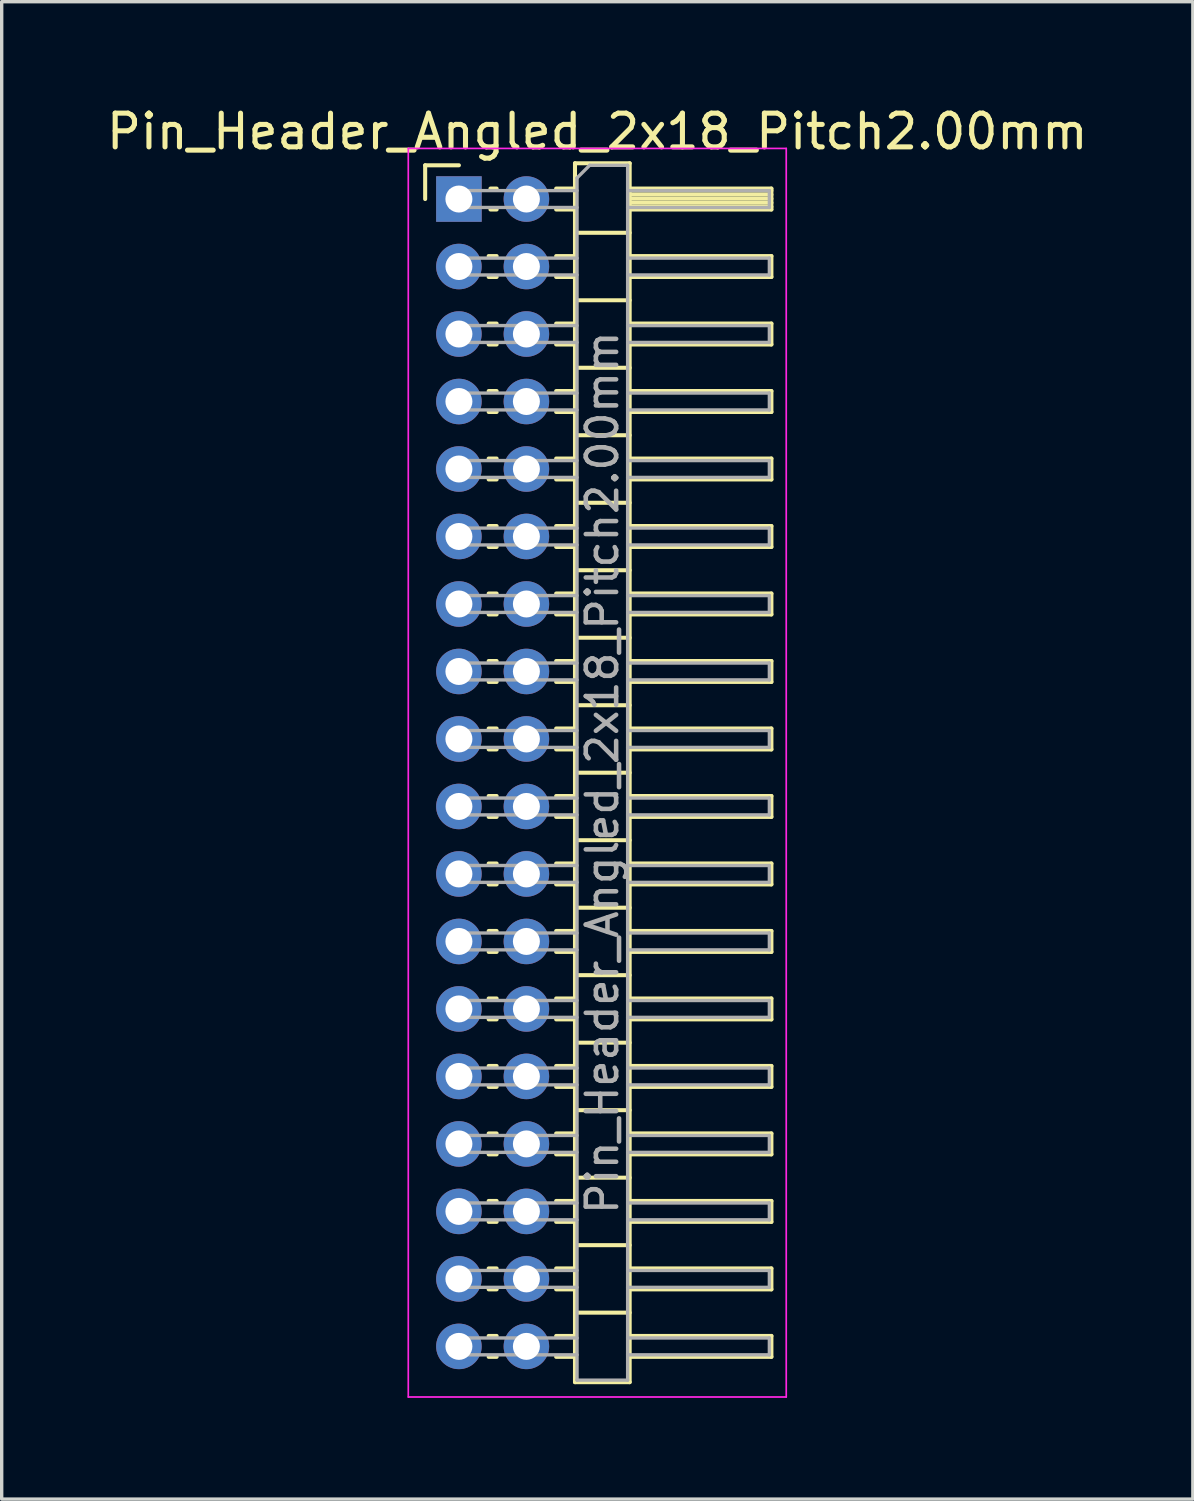
<source format=kicad_pcb>
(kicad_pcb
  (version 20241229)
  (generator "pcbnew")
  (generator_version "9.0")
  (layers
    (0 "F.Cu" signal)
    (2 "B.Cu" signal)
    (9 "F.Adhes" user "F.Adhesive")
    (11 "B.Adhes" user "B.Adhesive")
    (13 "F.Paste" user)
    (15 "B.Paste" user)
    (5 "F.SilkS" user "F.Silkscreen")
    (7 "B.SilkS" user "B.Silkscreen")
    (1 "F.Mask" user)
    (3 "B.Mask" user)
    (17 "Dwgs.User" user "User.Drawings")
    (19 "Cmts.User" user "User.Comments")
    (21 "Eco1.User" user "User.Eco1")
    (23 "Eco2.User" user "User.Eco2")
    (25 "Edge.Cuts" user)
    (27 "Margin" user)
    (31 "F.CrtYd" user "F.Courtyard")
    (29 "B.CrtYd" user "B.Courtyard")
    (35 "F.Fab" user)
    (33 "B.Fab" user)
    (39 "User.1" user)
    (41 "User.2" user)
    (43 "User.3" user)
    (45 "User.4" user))
  (footprint "Pin_Header_Angled_2x18_Pitch2.00mm"
    (layer "F.Cu")
    (at 10.549 2.848)
    (property "Reference" "Pin_Header_Angled_2x18_Pitch2.00mm" (at 4.1 -2 0) (layer "F.SilkS") (effects (font (size 1 1) (thickness 0.15))))
    (attr through_hole)
    (fp_line (start -1 -1) (end 0 -1) (stroke (width 0.12) (type solid)) (layer "F.SilkS"))
    (fp_line (start -1 0) (end -1 -1) (stroke (width 0.12) (type solid)) (layer "F.SilkS"))
    (fp_line (start 0.882 1.69) (end 1.118 1.69) (stroke (width 0.12) (type solid)) (layer "F.SilkS"))
    (fp_line (start 0.882 2.31) (end 1.118 2.31) (stroke (width 0.12) (type solid)) (layer "F.SilkS"))
    (fp_line (start 0.882 3.69) (end 1.118 3.69) (stroke (width 0.12) (type solid)) (layer "F.SilkS"))
    (fp_line (start 0.882 4.31) (end 1.118 4.31) (stroke (width 0.12) (type solid)) (layer "F.SilkS"))
    (fp_line (start 0.882 5.69) (end 1.118 5.69) (stroke (width 0.12) (type solid)) (layer "F.SilkS"))
    (fp_line (start 0.882 6.31) (end 1.118 6.31) (stroke (width 0.12) (type solid)) (layer "F.SilkS"))
    (fp_line (start 0.882 7.69) (end 1.118 7.69) (stroke (width 0.12) (type solid)) (layer "F.SilkS"))
    (fp_line (start 0.882 8.31) (end 1.118 8.31) (stroke (width 0.12) (type solid)) (layer "F.SilkS"))
    (fp_line (start 0.882 9.69) (end 1.118 9.69) (stroke (width 0.12) (type solid)) (layer "F.SilkS"))
    (fp_line (start 0.882 10.31) (end 1.118 10.31) (stroke (width 0.12) (type solid)) (layer "F.SilkS"))
    (fp_line (start 0.882 11.69) (end 1.118 11.69) (stroke (width 0.12) (type solid)) (layer "F.SilkS"))
    (fp_line (start 0.882 12.31) (end 1.118 12.31) (stroke (width 0.12) (type solid)) (layer "F.SilkS"))
    (fp_line (start 0.882 13.69) (end 1.118 13.69) (stroke (width 0.12) (type solid)) (layer "F.SilkS"))
    (fp_line (start 0.882 14.31) (end 1.118 14.31) (stroke (width 0.12) (type solid)) (layer "F.SilkS"))
    (fp_line (start 0.882 15.69) (end 1.118 15.69) (stroke (width 0.12) (type solid)) (layer "F.SilkS"))
    (fp_line (start 0.882 16.31) (end 1.118 16.31) (stroke (width 0.12) (type solid)) (layer "F.SilkS"))
    (fp_line (start 0.882 17.69) (end 1.118 17.69) (stroke (width 0.12) (type solid)) (layer "F.SilkS"))
    (fp_line (start 0.882 18.31) (end 1.118 18.31) (stroke (width 0.12) (type solid)) (layer "F.SilkS"))
    (fp_line (start 0.882 19.69) (end 1.118 19.69) (stroke (width 0.12) (type solid)) (layer "F.SilkS"))
    (fp_line (start 0.882 20.31) (end 1.118 20.31) (stroke (width 0.12) (type solid)) (layer "F.SilkS"))
    (fp_line (start 0.882 21.69) (end 1.118 21.69) (stroke (width 0.12) (type solid)) (layer "F.SilkS"))
    (fp_line (start 0.882 22.31) (end 1.118 22.31) (stroke (width 0.12) (type solid)) (layer "F.SilkS"))
    (fp_line (start 0.882 23.69) (end 1.118 23.69) (stroke (width 0.12) (type solid)) (layer "F.SilkS"))
    (fp_line (start 0.882 24.31) (end 1.118 24.31) (stroke (width 0.12) (type solid)) (layer "F.SilkS"))
    (fp_line (start 0.882 25.69) (end 1.118 25.69) (stroke (width 0.12) (type solid)) (layer "F.SilkS"))
    (fp_line (start 0.882 26.31) (end 1.118 26.31) (stroke (width 0.12) (type solid)) (layer "F.SilkS"))
    (fp_line (start 0.882 27.69) (end 1.118 27.69) (stroke (width 0.12) (type solid)) (layer "F.SilkS"))
    (fp_line (start 0.882 28.31) (end 1.118 28.31) (stroke (width 0.12) (type solid)) (layer "F.SilkS"))
    (fp_line (start 0.882 29.69) (end 1.118 29.69) (stroke (width 0.12) (type solid)) (layer "F.SilkS"))
    (fp_line (start 0.882 30.31) (end 1.118 30.31) (stroke (width 0.12) (type solid)) (layer "F.SilkS"))
    (fp_line (start 0.882 31.69) (end 1.118 31.69) (stroke (width 0.12) (type solid)) (layer "F.SilkS"))
    (fp_line (start 0.882 32.31) (end 1.118 32.31) (stroke (width 0.12) (type solid)) (layer "F.SilkS"))
    (fp_line (start 0.882 33.69) (end 1.118 33.69) (stroke (width 0.12) (type solid)) (layer "F.SilkS"))
    (fp_line (start 0.882 34.31) (end 1.118 34.31) (stroke (width 0.12) (type solid)) (layer "F.SilkS"))
    (fp_line (start 0.935 -0.31) (end 1.118 -0.31) (stroke (width 0.12) (type solid)) (layer "F.SilkS"))
    (fp_line (start 0.935 0.31) (end 1.118 0.31) (stroke (width 0.12) (type solid)) (layer "F.SilkS"))
    (fp_line (start 2.882 -0.31) (end 3.44 -0.31) (stroke (width 0.12) (type solid)) (layer "F.SilkS"))
    (fp_line (start 2.882 0.31) (end 3.44 0.31) (stroke (width 0.12) (type solid)) (layer "F.SilkS"))
    (fp_line (start 2.882 1.69) (end 3.44 1.69) (stroke (width 0.12) (type solid)) (layer "F.SilkS"))
    (fp_line (start 2.882 2.31) (end 3.44 2.31) (stroke (width 0.12) (type solid)) (layer "F.SilkS"))
    (fp_line (start 2.882 3.69) (end 3.44 3.69) (stroke (width 0.12) (type solid)) (layer "F.SilkS"))
    (fp_line (start 2.882 4.31) (end 3.44 4.31) (stroke (width 0.12) (type solid)) (layer "F.SilkS"))
    (fp_line (start 2.882 5.69) (end 3.44 5.69) (stroke (width 0.12) (type solid)) (layer "F.SilkS"))
    (fp_line (start 2.882 6.31) (end 3.44 6.31) (stroke (width 0.12) (type solid)) (layer "F.SilkS"))
    (fp_line (start 2.882 7.69) (end 3.44 7.69) (stroke (width 0.12) (type solid)) (layer "F.SilkS"))
    (fp_line (start 2.882 8.31) (end 3.44 8.31) (stroke (width 0.12) (type solid)) (layer "F.SilkS"))
    (fp_line (start 2.882 9.69) (end 3.44 9.69) (stroke (width 0.12) (type solid)) (layer "F.SilkS"))
    (fp_line (start 2.882 10.31) (end 3.44 10.31) (stroke (width 0.12) (type solid)) (layer "F.SilkS"))
    (fp_line (start 2.882 11.69) (end 3.44 11.69) (stroke (width 0.12) (type solid)) (layer "F.SilkS"))
    (fp_line (start 2.882 12.31) (end 3.44 12.31) (stroke (width 0.12) (type solid)) (layer "F.SilkS"))
    (fp_line (start 2.882 13.69) (end 3.44 13.69) (stroke (width 0.12) (type solid)) (layer "F.SilkS"))
    (fp_line (start 2.882 14.31) (end 3.44 14.31) (stroke (width 0.12) (type solid)) (layer "F.SilkS"))
    (fp_line (start 2.882 15.69) (end 3.44 15.69) (stroke (width 0.12) (type solid)) (layer "F.SilkS"))
    (fp_line (start 2.882 16.31) (end 3.44 16.31) (stroke (width 0.12) (type solid)) (layer "F.SilkS"))
    (fp_line (start 2.882 17.69) (end 3.44 17.69) (stroke (width 0.12) (type solid)) (layer "F.SilkS"))
    (fp_line (start 2.882 18.31) (end 3.44 18.31) (stroke (width 0.12) (type solid)) (layer "F.SilkS"))
    (fp_line (start 2.882 19.69) (end 3.44 19.69) (stroke (width 0.12) (type solid)) (layer "F.SilkS"))
    (fp_line (start 2.882 20.31) (end 3.44 20.31) (stroke (width 0.12) (type solid)) (layer "F.SilkS"))
    (fp_line (start 2.882 21.69) (end 3.44 21.69) (stroke (width 0.12) (type solid)) (layer "F.SilkS"))
    (fp_line (start 2.882 22.31) (end 3.44 22.31) (stroke (width 0.12) (type solid)) (layer "F.SilkS"))
    (fp_line (start 2.882 23.69) (end 3.44 23.69) (stroke (width 0.12) (type solid)) (layer "F.SilkS"))
    (fp_line (start 2.882 24.31) (end 3.44 24.31) (stroke (width 0.12) (type solid)) (layer "F.SilkS"))
    (fp_line (start 2.882 25.69) (end 3.44 25.69) (stroke (width 0.12) (type solid)) (layer "F.SilkS"))
    (fp_line (start 2.882 26.31) (end 3.44 26.31) (stroke (width 0.12) (type solid)) (layer "F.SilkS"))
    (fp_line (start 2.882 27.69) (end 3.44 27.69) (stroke (width 0.12) (type solid)) (layer "F.SilkS"))
    (fp_line (start 2.882 28.31) (end 3.44 28.31) (stroke (width 0.12) (type solid)) (layer "F.SilkS"))
    (fp_line (start 2.882 29.69) (end 3.44 29.69) (stroke (width 0.12) (type solid)) (layer "F.SilkS"))
    (fp_line (start 2.882 30.31) (end 3.44 30.31) (stroke (width 0.12) (type solid)) (layer "F.SilkS"))
    (fp_line (start 2.882 31.69) (end 3.44 31.69) (stroke (width 0.12) (type solid)) (layer "F.SilkS"))
    (fp_line (start 2.882 32.31) (end 3.44 32.31) (stroke (width 0.12) (type solid)) (layer "F.SilkS"))
    (fp_line (start 2.882 33.69) (end 3.44 33.69) (stroke (width 0.12) (type solid)) (layer "F.SilkS"))
    (fp_line (start 2.882 34.31) (end 3.44 34.31) (stroke (width 0.12) (type solid)) (layer "F.SilkS"))
    (fp_line (start 3.44 -1.06) (end 3.44 35.06) (stroke (width 0.12) (type solid)) (layer "F.SilkS"))
    (fp_line (start 3.44 1) (end 5.06 1) (stroke (width 0.12) (type solid)) (layer "F.SilkS"))
    (fp_line (start 3.44 3) (end 5.06 3) (stroke (width 0.12) (type solid)) (layer "F.SilkS"))
    (fp_line (start 3.44 5) (end 5.06 5) (stroke (width 0.12) (type solid)) (layer "F.SilkS"))
    (fp_line (start 3.44 7) (end 5.06 7) (stroke (width 0.12) (type solid)) (layer "F.SilkS"))
    (fp_line (start 3.44 9) (end 5.06 9) (stroke (width 0.12) (type solid)) (layer "F.SilkS"))
    (fp_line (start 3.44 11) (end 5.06 11) (stroke (width 0.12) (type solid)) (layer "F.SilkS"))
    (fp_line (start 3.44 13) (end 5.06 13) (stroke (width 0.12) (type solid)) (layer "F.SilkS"))
    (fp_line (start 3.44 15) (end 5.06 15) (stroke (width 0.12) (type solid)) (layer "F.SilkS"))
    (fp_line (start 3.44 17) (end 5.06 17) (stroke (width 0.12) (type solid)) (layer "F.SilkS"))
    (fp_line (start 3.44 19) (end 5.06 19) (stroke (width 0.12) (type solid)) (layer "F.SilkS"))
    (fp_line (start 3.44 21) (end 5.06 21) (stroke (width 0.12) (type solid)) (layer "F.SilkS"))
    (fp_line (start 3.44 23) (end 5.06 23) (stroke (width 0.12) (type solid)) (layer "F.SilkS"))
    (fp_line (start 3.44 25) (end 5.06 25) (stroke (width 0.12) (type solid)) (layer "F.SilkS"))
    (fp_line (start 3.44 27) (end 5.06 27) (stroke (width 0.12) (type solid)) (layer "F.SilkS"))
    (fp_line (start 3.44 29) (end 5.06 29) (stroke (width 0.12) (type solid)) (layer "F.SilkS"))
    (fp_line (start 3.44 31) (end 5.06 31) (stroke (width 0.12) (type solid)) (layer "F.SilkS"))
    (fp_line (start 3.44 33) (end 5.06 33) (stroke (width 0.12) (type solid)) (layer "F.SilkS"))
    (fp_line (start 3.44 35.06) (end 5.06 35.06) (stroke (width 0.12) (type solid)) (layer "F.SilkS"))
    (fp_line (start 5.06 -1.06) (end 3.44 -1.06) (stroke (width 0.12) (type solid)) (layer "F.SilkS"))
    (fp_line (start 5.06 -0.31) (end 9.26 -0.31) (stroke (width 0.12) (type solid)) (layer "F.SilkS"))
    (fp_line (start 5.06 -0.25) (end 9.26 -0.25) (stroke (width 0.12) (type solid)) (layer "F.SilkS"))
    (fp_line (start 5.06 -0.13) (end 9.26 -0.13) (stroke (width 0.12) (type solid)) (layer "F.SilkS"))
    (fp_line (start 5.06 -0.01) (end 9.26 -0.01) (stroke (width 0.12) (type solid)) (layer "F.SilkS"))
    (fp_line (start 5.06 0.11) (end 9.26 0.11) (stroke (width 0.12) (type solid)) (layer "F.SilkS"))
    (fp_line (start 5.06 0.23) (end 9.26 0.23) (stroke (width 0.12) (type solid)) (layer "F.SilkS"))
    (fp_line (start 5.06 1.69) (end 9.26 1.69) (stroke (width 0.12) (type solid)) (layer "F.SilkS"))
    (fp_line (start 5.06 3.69) (end 9.26 3.69) (stroke (width 0.12) (type solid)) (layer "F.SilkS"))
    (fp_line (start 5.06 5.69) (end 9.26 5.69) (stroke (width 0.12) (type solid)) (layer "F.SilkS"))
    (fp_line (start 5.06 7.69) (end 9.26 7.69) (stroke (width 0.12) (type solid)) (layer "F.SilkS"))
    (fp_line (start 5.06 9.69) (end 9.26 9.69) (stroke (width 0.12) (type solid)) (layer "F.SilkS"))
    (fp_line (start 5.06 11.69) (end 9.26 11.69) (stroke (width 0.12) (type solid)) (layer "F.SilkS"))
    (fp_line (start 5.06 13.69) (end 9.26 13.69) (stroke (width 0.12) (type solid)) (layer "F.SilkS"))
    (fp_line (start 5.06 15.69) (end 9.26 15.69) (stroke (width 0.12) (type solid)) (layer "F.SilkS"))
    (fp_line (start 5.06 17.69) (end 9.26 17.69) (stroke (width 0.12) (type solid)) (layer "F.SilkS"))
    (fp_line (start 5.06 19.69) (end 9.26 19.69) (stroke (width 0.12) (type solid)) (layer "F.SilkS"))
    (fp_line (start 5.06 21.69) (end 9.26 21.69) (stroke (width 0.12) (type solid)) (layer "F.SilkS"))
    (fp_line (start 5.06 23.69) (end 9.26 23.69) (stroke (width 0.12) (type solid)) (layer "F.SilkS"))
    (fp_line (start 5.06 25.69) (end 9.26 25.69) (stroke (width 0.12) (type solid)) (layer "F.SilkS"))
    (fp_line (start 5.06 27.69) (end 9.26 27.69) (stroke (width 0.12) (type solid)) (layer "F.SilkS"))
    (fp_line (start 5.06 29.69) (end 9.26 29.69) (stroke (width 0.12) (type solid)) (layer "F.SilkS"))
    (fp_line (start 5.06 31.69) (end 9.26 31.69) (stroke (width 0.12) (type solid)) (layer "F.SilkS"))
    (fp_line (start 5.06 33.69) (end 9.26 33.69) (stroke (width 0.12) (type solid)) (layer "F.SilkS"))
    (fp_line (start 5.06 35.06) (end 5.06 -1.06) (stroke (width 0.12) (type solid)) (layer "F.SilkS"))
    (fp_line (start 9.26 -0.31) (end 9.26 0.31) (stroke (width 0.12) (type solid)) (layer "F.SilkS"))
    (fp_line (start 9.26 0.31) (end 5.06 0.31) (stroke (width 0.12) (type solid)) (layer "F.SilkS"))
    (fp_line (start 9.26 1.69) (end 9.26 2.31) (stroke (width 0.12) (type solid)) (layer "F.SilkS"))
    (fp_line (start 9.26 2.31) (end 5.06 2.31) (stroke (width 0.12) (type solid)) (layer "F.SilkS"))
    (fp_line (start 9.26 3.69) (end 9.26 4.31) (stroke (width 0.12) (type solid)) (layer "F.SilkS"))
    (fp_line (start 9.26 4.31) (end 5.06 4.31) (stroke (width 0.12) (type solid)) (layer "F.SilkS"))
    (fp_line (start 9.26 5.69) (end 9.26 6.31) (stroke (width 0.12) (type solid)) (layer "F.SilkS"))
    (fp_line (start 9.26 6.31) (end 5.06 6.31) (stroke (width 0.12) (type solid)) (layer "F.SilkS"))
    (fp_line (start 9.26 7.69) (end 9.26 8.31) (stroke (width 0.12) (type solid)) (layer "F.SilkS"))
    (fp_line (start 9.26 8.31) (end 5.06 8.31) (stroke (width 0.12) (type solid)) (layer "F.SilkS"))
    (fp_line (start 9.26 9.69) (end 9.26 10.31) (stroke (width 0.12) (type solid)) (layer "F.SilkS"))
    (fp_line (start 9.26 10.31) (end 5.06 10.31) (stroke (width 0.12) (type solid)) (layer "F.SilkS"))
    (fp_line (start 9.26 11.69) (end 9.26 12.31) (stroke (width 0.12) (type solid)) (layer "F.SilkS"))
    (fp_line (start 9.26 12.31) (end 5.06 12.31) (stroke (width 0.12) (type solid)) (layer "F.SilkS"))
    (fp_line (start 9.26 13.69) (end 9.26 14.31) (stroke (width 0.12) (type solid)) (layer "F.SilkS"))
    (fp_line (start 9.26 14.31) (end 5.06 14.31) (stroke (width 0.12) (type solid)) (layer "F.SilkS"))
    (fp_line (start 9.26 15.69) (end 9.26 16.31) (stroke (width 0.12) (type solid)) (layer "F.SilkS"))
    (fp_line (start 9.26 16.31) (end 5.06 16.31) (stroke (width 0.12) (type solid)) (layer "F.SilkS"))
    (fp_line (start 9.26 17.69) (end 9.26 18.31) (stroke (width 0.12) (type solid)) (layer "F.SilkS"))
    (fp_line (start 9.26 18.31) (end 5.06 18.31) (stroke (width 0.12) (type solid)) (layer "F.SilkS"))
    (fp_line (start 9.26 19.69) (end 9.26 20.31) (stroke (width 0.12) (type solid)) (layer "F.SilkS"))
    (fp_line (start 9.26 20.31) (end 5.06 20.31) (stroke (width 0.12) (type solid)) (layer "F.SilkS"))
    (fp_line (start 9.26 21.69) (end 9.26 22.31) (stroke (width 0.12) (type solid)) (layer "F.SilkS"))
    (fp_line (start 9.26 22.31) (end 5.06 22.31) (stroke (width 0.12) (type solid)) (layer "F.SilkS"))
    (fp_line (start 9.26 23.69) (end 9.26 24.31) (stroke (width 0.12) (type solid)) (layer "F.SilkS"))
    (fp_line (start 9.26 24.31) (end 5.06 24.31) (stroke (width 0.12) (type solid)) (layer "F.SilkS"))
    (fp_line (start 9.26 25.69) (end 9.26 26.31) (stroke (width 0.12) (type solid)) (layer "F.SilkS"))
    (fp_line (start 9.26 26.31) (end 5.06 26.31) (stroke (width 0.12) (type solid)) (layer "F.SilkS"))
    (fp_line (start 9.26 27.69) (end 9.26 28.31) (stroke (width 0.12) (type solid)) (layer "F.SilkS"))
    (fp_line (start 9.26 28.31) (end 5.06 28.31) (stroke (width 0.12) (type solid)) (layer "F.SilkS"))
    (fp_line (start 9.26 29.69) (end 9.26 30.31) (stroke (width 0.12) (type solid)) (layer "F.SilkS"))
    (fp_line (start 9.26 30.31) (end 5.06 30.31) (stroke (width 0.12) (type solid)) (layer "F.SilkS"))
    (fp_line (start 9.26 31.69) (end 9.26 32.31) (stroke (width 0.12) (type solid)) (layer "F.SilkS"))
    (fp_line (start 9.26 32.31) (end 5.06 32.31) (stroke (width 0.12) (type solid)) (layer "F.SilkS"))
    (fp_line (start 9.26 33.69) (end 9.26 34.31) (stroke (width 0.12) (type solid)) (layer "F.SilkS"))
    (fp_line (start 9.26 34.31) (end 5.06 34.31) (stroke (width 0.12) (type solid)) (layer "F.SilkS"))
    (fp_line (start -1.5 -1.5) (end -1.5 35.5) (stroke (width 0.05) (type solid)) (layer "F.CrtYd"))
    (fp_line (start -1.5 35.5) (end 9.7 35.5) (stroke (width 0.05) (type solid)) (layer "F.CrtYd"))
    (fp_line (start 9.7 -1.5) (end -1.5 -1.5) (stroke (width 0.05) (type solid)) (layer "F.CrtYd"))
    (fp_line (start 9.7 35.5) (end 9.7 -1.5) (stroke (width 0.05) (type solid)) (layer "F.CrtYd"))
    (fp_line (start -0.25 -0.25) (end -0.25 0.25) (stroke (width 0.1) (type solid)) (layer "F.Fab"))
    (fp_line (start -0.25 -0.25) (end 3.5 -0.25) (stroke (width 0.1) (type solid)) (layer "F.Fab"))
    (fp_line (start -0.25 0.25) (end 3.5 0.25) (stroke (width 0.1) (type solid)) (layer "F.Fab"))
    (fp_line (start -0.25 1.75) (end -0.25 2.25) (stroke (width 0.1) (type solid)) (layer "F.Fab"))
    (fp_line (start -0.25 1.75) (end 3.5 1.75) (stroke (width 0.1) (type solid)) (layer "F.Fab"))
    (fp_line (start -0.25 2.25) (end 3.5 2.25) (stroke (width 0.1) (type solid)) (layer "F.Fab"))
    (fp_line (start -0.25 3.75) (end -0.25 4.25) (stroke (width 0.1) (type solid)) (layer "F.Fab"))
    (fp_line (start -0.25 3.75) (end 3.5 3.75) (stroke (width 0.1) (type solid)) (layer "F.Fab"))
    (fp_line (start -0.25 4.25) (end 3.5 4.25) (stroke (width 0.1) (type solid)) (layer "F.Fab"))
    (fp_line (start -0.25 5.75) (end -0.25 6.25) (stroke (width 0.1) (type solid)) (layer "F.Fab"))
    (fp_line (start -0.25 5.75) (end 3.5 5.75) (stroke (width 0.1) (type solid)) (layer "F.Fab"))
    (fp_line (start -0.25 6.25) (end 3.5 6.25) (stroke (width 0.1) (type solid)) (layer "F.Fab"))
    (fp_line (start -0.25 7.75) (end -0.25 8.25) (stroke (width 0.1) (type solid)) (layer "F.Fab"))
    (fp_line (start -0.25 7.75) (end 3.5 7.75) (stroke (width 0.1) (type solid)) (layer "F.Fab"))
    (fp_line (start -0.25 8.25) (end 3.5 8.25) (stroke (width 0.1) (type solid)) (layer "F.Fab"))
    (fp_line (start -0.25 9.75) (end -0.25 10.25) (stroke (width 0.1) (type solid)) (layer "F.Fab"))
    (fp_line (start -0.25 9.75) (end 3.5 9.75) (stroke (width 0.1) (type solid)) (layer "F.Fab"))
    (fp_line (start -0.25 10.25) (end 3.5 10.25) (stroke (width 0.1) (type solid)) (layer "F.Fab"))
    (fp_line (start -0.25 11.75) (end -0.25 12.25) (stroke (width 0.1) (type solid)) (layer "F.Fab"))
    (fp_line (start -0.25 11.75) (end 3.5 11.75) (stroke (width 0.1) (type solid)) (layer "F.Fab"))
    (fp_line (start -0.25 12.25) (end 3.5 12.25) (stroke (width 0.1) (type solid)) (layer "F.Fab"))
    (fp_line (start -0.25 13.75) (end -0.25 14.25) (stroke (width 0.1) (type solid)) (layer "F.Fab"))
    (fp_line (start -0.25 13.75) (end 3.5 13.75) (stroke (width 0.1) (type solid)) (layer "F.Fab"))
    (fp_line (start -0.25 14.25) (end 3.5 14.25) (stroke (width 0.1) (type solid)) (layer "F.Fab"))
    (fp_line (start -0.25 15.75) (end -0.25 16.25) (stroke (width 0.1) (type solid)) (layer "F.Fab"))
    (fp_line (start -0.25 15.75) (end 3.5 15.75) (stroke (width 0.1) (type solid)) (layer "F.Fab"))
    (fp_line (start -0.25 16.25) (end 3.5 16.25) (stroke (width 0.1) (type solid)) (layer "F.Fab"))
    (fp_line (start -0.25 17.75) (end -0.25 18.25) (stroke (width 0.1) (type solid)) (layer "F.Fab"))
    (fp_line (start -0.25 17.75) (end 3.5 17.75) (stroke (width 0.1) (type solid)) (layer "F.Fab"))
    (fp_line (start -0.25 18.25) (end 3.5 18.25) (stroke (width 0.1) (type solid)) (layer "F.Fab"))
    (fp_line (start -0.25 19.75) (end -0.25 20.25) (stroke (width 0.1) (type solid)) (layer "F.Fab"))
    (fp_line (start -0.25 19.75) (end 3.5 19.75) (stroke (width 0.1) (type solid)) (layer "F.Fab"))
    (fp_line (start -0.25 20.25) (end 3.5 20.25) (stroke (width 0.1) (type solid)) (layer "F.Fab"))
    (fp_line (start -0.25 21.75) (end -0.25 22.25) (stroke (width 0.1) (type solid)) (layer "F.Fab"))
    (fp_line (start -0.25 21.75) (end 3.5 21.75) (stroke (width 0.1) (type solid)) (layer "F.Fab"))
    (fp_line (start -0.25 22.25) (end 3.5 22.25) (stroke (width 0.1) (type solid)) (layer "F.Fab"))
    (fp_line (start -0.25 23.75) (end -0.25 24.25) (stroke (width 0.1) (type solid)) (layer "F.Fab"))
    (fp_line (start -0.25 23.75) (end 3.5 23.75) (stroke (width 0.1) (type solid)) (layer "F.Fab"))
    (fp_line (start -0.25 24.25) (end 3.5 24.25) (stroke (width 0.1) (type solid)) (layer "F.Fab"))
    (fp_line (start -0.25 25.75) (end -0.25 26.25) (stroke (width 0.1) (type solid)) (layer "F.Fab"))
    (fp_line (start -0.25 25.75) (end 3.5 25.75) (stroke (width 0.1) (type solid)) (layer "F.Fab"))
    (fp_line (start -0.25 26.25) (end 3.5 26.25) (stroke (width 0.1) (type solid)) (layer "F.Fab"))
    (fp_line (start -0.25 27.75) (end -0.25 28.25) (stroke (width 0.1) (type solid)) (layer "F.Fab"))
    (fp_line (start -0.25 27.75) (end 3.5 27.75) (stroke (width 0.1) (type solid)) (layer "F.Fab"))
    (fp_line (start -0.25 28.25) (end 3.5 28.25) (stroke (width 0.1) (type solid)) (layer "F.Fab"))
    (fp_line (start -0.25 29.75) (end -0.25 30.25) (stroke (width 0.1) (type solid)) (layer "F.Fab"))
    (fp_line (start -0.25 29.75) (end 3.5 29.75) (stroke (width 0.1) (type solid)) (layer "F.Fab"))
    (fp_line (start -0.25 30.25) (end 3.5 30.25) (stroke (width 0.1) (type solid)) (layer "F.Fab"))
    (fp_line (start -0.25 31.75) (end -0.25 32.25) (stroke (width 0.1) (type solid)) (layer "F.Fab"))
    (fp_line (start -0.25 31.75) (end 3.5 31.75) (stroke (width 0.1) (type solid)) (layer "F.Fab"))
    (fp_line (start -0.25 32.25) (end 3.5 32.25) (stroke (width 0.1) (type solid)) (layer "F.Fab"))
    (fp_line (start -0.25 33.75) (end -0.25 34.25) (stroke (width 0.1) (type solid)) (layer "F.Fab"))
    (fp_line (start -0.25 33.75) (end 3.5 33.75) (stroke (width 0.1) (type solid)) (layer "F.Fab"))
    (fp_line (start -0.25 34.25) (end 3.5 34.25) (stroke (width 0.1) (type solid)) (layer "F.Fab"))
    (fp_line (start 3.5 -0.625) (end 3.875 -1) (stroke (width 0.1) (type solid)) (layer "F.Fab"))
    (fp_line (start 3.5 35) (end 3.5 -0.625) (stroke (width 0.1) (type solid)) (layer "F.Fab"))
    (fp_line (start 3.875 -1) (end 5 -1) (stroke (width 0.1) (type solid)) (layer "F.Fab"))
    (fp_line (start 5 -1) (end 5 35) (stroke (width 0.1) (type solid)) (layer "F.Fab"))
    (fp_line (start 5 -0.25) (end 9.2 -0.25) (stroke (width 0.1) (type solid)) (layer "F.Fab"))
    (fp_line (start 5 0.25) (end 9.2 0.25) (stroke (width 0.1) (type solid)) (layer "F.Fab"))
    (fp_line (start 5 1.75) (end 9.2 1.75) (stroke (width 0.1) (type solid)) (layer "F.Fab"))
    (fp_line (start 5 2.25) (end 9.2 2.25) (stroke (width 0.1) (type solid)) (layer "F.Fab"))
    (fp_line (start 5 3.75) (end 9.2 3.75) (stroke (width 0.1) (type solid)) (layer "F.Fab"))
    (fp_line (start 5 4.25) (end 9.2 4.25) (stroke (width 0.1) (type solid)) (layer "F.Fab"))
    (fp_line (start 5 5.75) (end 9.2 5.75) (stroke (width 0.1) (type solid)) (layer "F.Fab"))
    (fp_line (start 5 6.25) (end 9.2 6.25) (stroke (width 0.1) (type solid)) (layer "F.Fab"))
    (fp_line (start 5 7.75) (end 9.2 7.75) (stroke (width 0.1) (type solid)) (layer "F.Fab"))
    (fp_line (start 5 8.25) (end 9.2 8.25) (stroke (width 0.1) (type solid)) (layer "F.Fab"))
    (fp_line (start 5 9.75) (end 9.2 9.75) (stroke (width 0.1) (type solid)) (layer "F.Fab"))
    (fp_line (start 5 10.25) (end 9.2 10.25) (stroke (width 0.1) (type solid)) (layer "F.Fab"))
    (fp_line (start 5 11.75) (end 9.2 11.75) (stroke (width 0.1) (type solid)) (layer "F.Fab"))
    (fp_line (start 5 12.25) (end 9.2 12.25) (stroke (width 0.1) (type solid)) (layer "F.Fab"))
    (fp_line (start 5 13.75) (end 9.2 13.75) (stroke (width 0.1) (type solid)) (layer "F.Fab"))
    (fp_line (start 5 14.25) (end 9.2 14.25) (stroke (width 0.1) (type solid)) (layer "F.Fab"))
    (fp_line (start 5 15.75) (end 9.2 15.75) (stroke (width 0.1) (type solid)) (layer "F.Fab"))
    (fp_line (start 5 16.25) (end 9.2 16.25) (stroke (width 0.1) (type solid)) (layer "F.Fab"))
    (fp_line (start 5 17.75) (end 9.2 17.75) (stroke (width 0.1) (type solid)) (layer "F.Fab"))
    (fp_line (start 5 18.25) (end 9.2 18.25) (stroke (width 0.1) (type solid)) (layer "F.Fab"))
    (fp_line (start 5 19.75) (end 9.2 19.75) (stroke (width 0.1) (type solid)) (layer "F.Fab"))
    (fp_line (start 5 20.25) (end 9.2 20.25) (stroke (width 0.1) (type solid)) (layer "F.Fab"))
    (fp_line (start 5 21.75) (end 9.2 21.75) (stroke (width 0.1) (type solid)) (layer "F.Fab"))
    (fp_line (start 5 22.25) (end 9.2 22.25) (stroke (width 0.1) (type solid)) (layer "F.Fab"))
    (fp_line (start 5 23.75) (end 9.2 23.75) (stroke (width 0.1) (type solid)) (layer "F.Fab"))
    (fp_line (start 5 24.25) (end 9.2 24.25) (stroke (width 0.1) (type solid)) (layer "F.Fab"))
    (fp_line (start 5 25.75) (end 9.2 25.75) (stroke (width 0.1) (type solid)) (layer "F.Fab"))
    (fp_line (start 5 26.25) (end 9.2 26.25) (stroke (width 0.1) (type solid)) (layer "F.Fab"))
    (fp_line (start 5 27.75) (end 9.2 27.75) (stroke (width 0.1) (type solid)) (layer "F.Fab"))
    (fp_line (start 5 28.25) (end 9.2 28.25) (stroke (width 0.1) (type solid)) (layer "F.Fab"))
    (fp_line (start 5 29.75) (end 9.2 29.75) (stroke (width 0.1) (type solid)) (layer "F.Fab"))
    (fp_line (start 5 30.25) (end 9.2 30.25) (stroke (width 0.1) (type solid)) (layer "F.Fab"))
    (fp_line (start 5 31.75) (end 9.2 31.75) (stroke (width 0.1) (type solid)) (layer "F.Fab"))
    (fp_line (start 5 32.25) (end 9.2 32.25) (stroke (width 0.1) (type solid)) (layer "F.Fab"))
    (fp_line (start 5 33.75) (end 9.2 33.75) (stroke (width 0.1) (type solid)) (layer "F.Fab"))
    (fp_line (start 5 34.25) (end 9.2 34.25) (stroke (width 0.1) (type solid)) (layer "F.Fab"))
    (fp_line (start 5 35) (end 3.5 35) (stroke (width 0.1) (type solid)) (layer "F.Fab"))
    (fp_line (start 9.2 -0.25) (end 9.2 0.25) (stroke (width 0.1) (type solid)) (layer "F.Fab"))
    (fp_line (start 9.2 1.75) (end 9.2 2.25) (stroke (width 0.1) (type solid)) (layer "F.Fab"))
    (fp_line (start 9.2 3.75) (end 9.2 4.25) (stroke (width 0.1) (type solid)) (layer "F.Fab"))
    (fp_line (start 9.2 5.75) (end 9.2 6.25) (stroke (width 0.1) (type solid)) (layer "F.Fab"))
    (fp_line (start 9.2 7.75) (end 9.2 8.25) (stroke (width 0.1) (type solid)) (layer "F.Fab"))
    (fp_line (start 9.2 9.75) (end 9.2 10.25) (stroke (width 0.1) (type solid)) (layer "F.Fab"))
    (fp_line (start 9.2 11.75) (end 9.2 12.25) (stroke (width 0.1) (type solid)) (layer "F.Fab"))
    (fp_line (start 9.2 13.75) (end 9.2 14.25) (stroke (width 0.1) (type solid)) (layer "F.Fab"))
    (fp_line (start 9.2 15.75) (end 9.2 16.25) (stroke (width 0.1) (type solid)) (layer "F.Fab"))
    (fp_line (start 9.2 17.75) (end 9.2 18.25) (stroke (width 0.1) (type solid)) (layer "F.Fab"))
    (fp_line (start 9.2 19.75) (end 9.2 20.25) (stroke (width 0.1) (type solid)) (layer "F.Fab"))
    (fp_line (start 9.2 21.75) (end 9.2 22.25) (stroke (width 0.1) (type solid)) (layer "F.Fab"))
    (fp_line (start 9.2 23.75) (end 9.2 24.25) (stroke (width 0.1) (type solid)) (layer "F.Fab"))
    (fp_line (start 9.2 25.75) (end 9.2 26.25) (stroke (width 0.1) (type solid)) (layer "F.Fab"))
    (fp_line (start 9.2 27.75) (end 9.2 28.25) (stroke (width 0.1) (type solid)) (layer "F.Fab"))
    (fp_line (start 9.2 29.75) (end 9.2 30.25) (stroke (width 0.1) (type solid)) (layer "F.Fab"))
    (fp_line (start 9.2 31.75) (end 9.2 32.25) (stroke (width 0.1) (type solid)) (layer "F.Fab"))
    (fp_line (start 9.2 33.75) (end 9.2 34.25) (stroke (width 0.1) (type solid)) (layer "F.Fab"))
    (fp_text user "${REFERENCE}" (at 4.25 17 90) (layer "F.Fab") (effects (font (size 0.9 0.9) (thickness 0.135))))
    (pad "1" thru_hole rect (at 0 0) (size 1.35 1.35) (drill 0.8) (layers "*.Cu" "*.Mask"))
    (pad "2" thru_hole oval (at 2 0) (size 1.35 1.35) (drill 0.8) (layers "*.Cu" "*.Mask"))
    (pad "3" thru_hole oval (at 0 2) (size 1.35 1.35) (drill 0.8) (layers "*.Cu" "*.Mask"))
    (pad "4" thru_hole oval (at 2 2) (size 1.35 1.35) (drill 0.8) (layers "*.Cu" "*.Mask"))
    (pad "5" thru_hole oval (at 0 4) (size 1.35 1.35) (drill 0.8) (layers "*.Cu" "*.Mask"))
    (pad "6" thru_hole oval (at 2 4) (size 1.35 1.35) (drill 0.8) (layers "*.Cu" "*.Mask"))
    (pad "7" thru_hole oval (at 0 6) (size 1.35 1.35) (drill 0.8) (layers "*.Cu" "*.Mask"))
    (pad "8" thru_hole oval (at 2 6) (size 1.35 1.35) (drill 0.8) (layers "*.Cu" "*.Mask"))
    (pad "9" thru_hole oval (at 0 8) (size 1.35 1.35) (drill 0.8) (layers "*.Cu" "*.Mask"))
    (pad "10" thru_hole oval (at 2 8) (size 1.35 1.35) (drill 0.8) (layers "*.Cu" "*.Mask"))
    (pad "11" thru_hole oval (at 0 10) (size 1.35 1.35) (drill 0.8) (layers "*.Cu" "*.Mask"))
    (pad "12" thru_hole oval (at 2 10) (size 1.35 1.35) (drill 0.8) (layers "*.Cu" "*.Mask"))
    (pad "13" thru_hole oval (at 0 12) (size 1.35 1.35) (drill 0.8) (layers "*.Cu" "*.Mask"))
    (pad "14" thru_hole oval (at 2 12) (size 1.35 1.35) (drill 0.8) (layers "*.Cu" "*.Mask"))
    (pad "15" thru_hole oval (at 0 14) (size 1.35 1.35) (drill 0.8) (layers "*.Cu" "*.Mask"))
    (pad "16" thru_hole oval (at 2 14) (size 1.35 1.35) (drill 0.8) (layers "*.Cu" "*.Mask"))
    (pad "17" thru_hole oval (at 0 16) (size 1.35 1.35) (drill 0.8) (layers "*.Cu" "*.Mask"))
    (pad "18" thru_hole oval (at 2 16) (size 1.35 1.35) (drill 0.8) (layers "*.Cu" "*.Mask"))
    (pad "19" thru_hole oval (at 0 18) (size 1.35 1.35) (drill 0.8) (layers "*.Cu" "*.Mask"))
    (pad "20" thru_hole oval (at 2 18) (size 1.35 1.35) (drill 0.8) (layers "*.Cu" "*.Mask"))
    (pad "21" thru_hole oval (at 0 20) (size 1.35 1.35) (drill 0.8) (layers "*.Cu" "*.Mask"))
    (pad "22" thru_hole oval (at 2 20) (size 1.35 1.35) (drill 0.8) (layers "*.Cu" "*.Mask"))
    (pad "23" thru_hole oval (at 0 22) (size 1.35 1.35) (drill 0.8) (layers "*.Cu" "*.Mask"))
    (pad "24" thru_hole oval (at 2 22) (size 1.35 1.35) (drill 0.8) (layers "*.Cu" "*.Mask"))
    (pad "25" thru_hole oval (at 0 24) (size 1.35 1.35) (drill 0.8) (layers "*.Cu" "*.Mask"))
    (pad "26" thru_hole oval (at 2 24) (size 1.35 1.35) (drill 0.8) (layers "*.Cu" "*.Mask"))
    (pad "27" thru_hole oval (at 0 26) (size 1.35 1.35) (drill 0.8) (layers "*.Cu" "*.Mask"))
    (pad "28" thru_hole oval (at 2 26) (size 1.35 1.35) (drill 0.8) (layers "*.Cu" "*.Mask"))
    (pad "29" thru_hole oval (at 0 28) (size 1.35 1.35) (drill 0.8) (layers "*.Cu" "*.Mask"))
    (pad "30" thru_hole oval (at 2 28) (size 1.35 1.35) (drill 0.8) (layers "*.Cu" "*.Mask"))
    (pad "31" thru_hole oval (at 0 30) (size 1.35 1.35) (drill 0.8) (layers "*.Cu" "*.Mask"))
    (pad "32" thru_hole oval (at 2 30) (size 1.35 1.35) (drill 0.8) (layers "*.Cu" "*.Mask"))
    (pad "33" thru_hole oval (at 0 32) (size 1.35 1.35) (drill 0.8) (layers "*.Cu" "*.Mask"))
    (pad "34" thru_hole oval (at 2 32) (size 1.35 1.35) (drill 0.8) (layers "*.Cu" "*.Mask"))
    (pad "35" thru_hole oval (at 0 34) (size 1.35 1.35) (drill 0.8) (layers "*.Cu" "*.Mask"))
    (pad "36" thru_hole oval (at 2 34) (size 1.35 1.35) (drill 0.8) (layers "*.Cu" "*.Mask")))
  (gr_rect
    (start -3 -3)
    (end 32.298 41.373)
    (stroke (width 0.1) (type default))
    (fill no)
    (layer "Edge.Cuts")))
</source>
